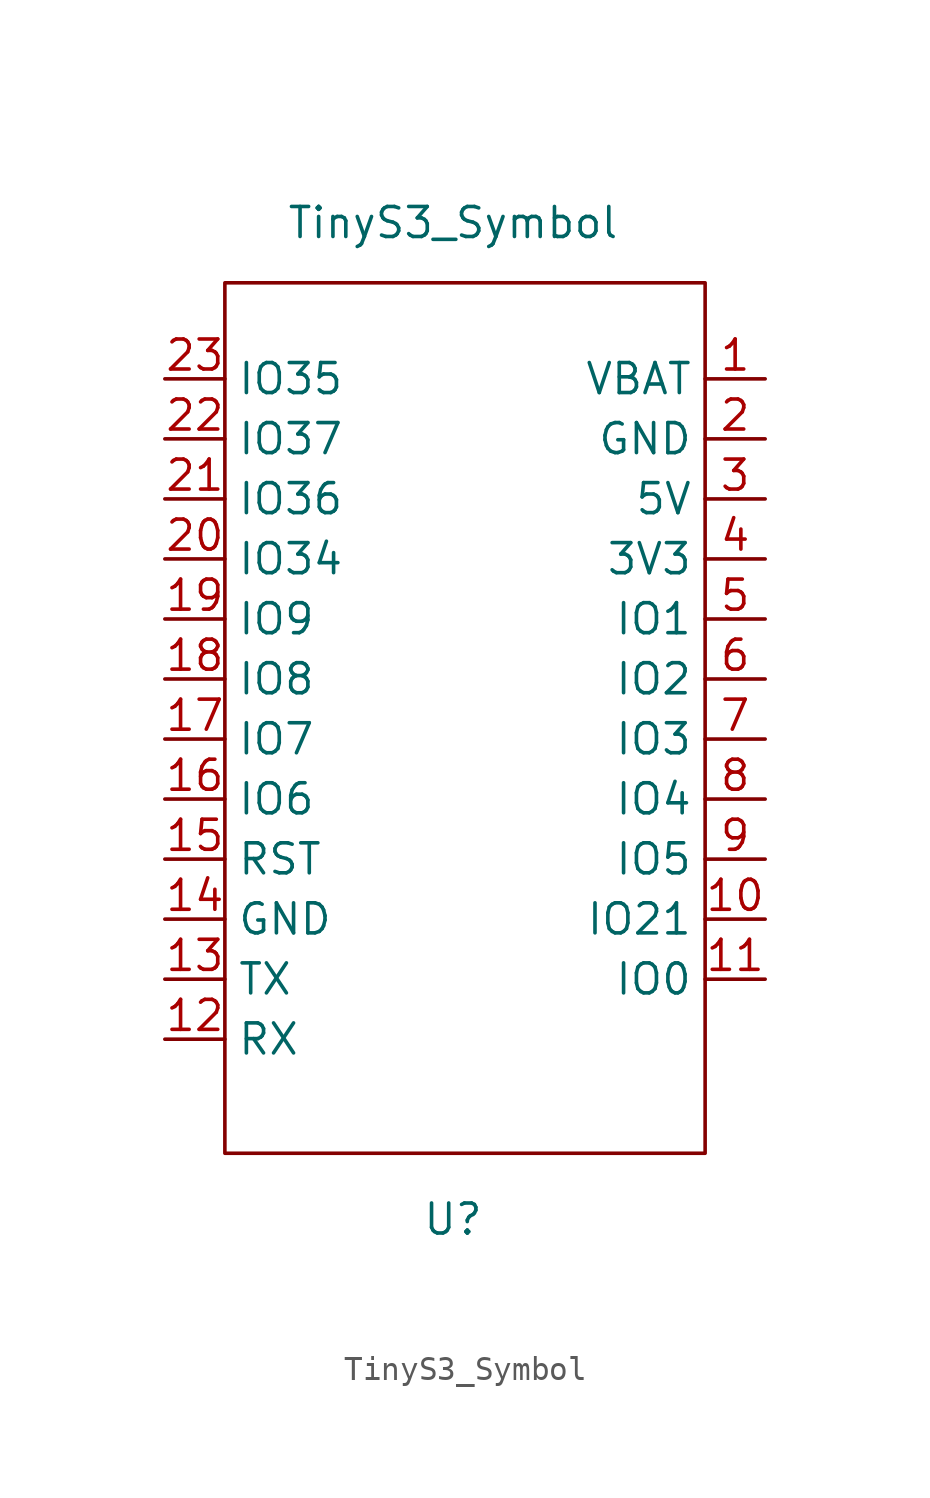
<source format=kicad_sym>
(kicad_symbol_lib
  (version 20220914)
  (generator kicad_symbol_editor)
  (symbol "TinyS3_Symbol"
    (property "Reference" "U"
      (at -0.508 -20.32 0)
      (effects (font (size 1.27 1.27))))
    (property "Value" "TinyS3_Symbol"
      (at -0.508 21.844 0)
      (effects (font (size 1.27 1.27))))
    (symbol "TinyS3_Symbol_0_1"
      (rectangle (start -10.16 19.304) (end 10.16 -17.526) (stroke (width 0.152) (type default)) (fill (type none))))
    (symbol "TinyS3_Symbol_1_1"
      (pin power_in line (at 12.7 15.24 180) (length 2.54) (name "VBAT" (effects (font (size 1.27 1.27)))) (number "1" (effects (font (size 1.27 1.27)))))
      (pin bidirectional line (at 12.7 -7.62 180) (length 2.54) (name "IO21" (effects (font (size 1.27 1.27)))) (number "10" (effects (font (size 1.27 1.27)))))
      (pin bidirectional line (at 12.7 -10.16 180) (length 2.54) (name "IO0" (effects (font (size 1.27 1.27)))) (number "11" (effects (font (size 1.27 1.27)))))
      (pin bidirectional line (at -12.7 -12.7 0) (length 2.54) (name "RX" (effects (font (size 1.27 1.27)))) (number "12" (effects (font (size 1.27 1.27)))))
      (pin bidirectional line (at -12.7 -10.16 0) (length 2.54) (name "TX" (effects (font (size 1.27 1.27)))) (number "13" (effects (font (size 1.27 1.27)))))
      (pin power_in line (at -12.7 -7.62 0) (length 2.54) (name "GND" (effects (font (size 1.27 1.27)))) (number "14" (effects (font (size 1.27 1.27)))))
      (pin input line (at -12.7 -5.08 0) (length 2.54) (name "RST" (effects (font (size 1.27 1.27)))) (number "15" (effects (font (size 1.27 1.27)))))
      (pin bidirectional line (at -12.7 -2.54 0) (length 2.54) (name "IO6" (effects (font (size 1.27 1.27)))) (number "16" (effects (font (size 1.27 1.27)))))
      (pin bidirectional line (at -12.7 0 0) (length 2.54) (name "IO7" (effects (font (size 1.27 1.27)))) (number "17" (effects (font (size 1.27 1.27)))))
      (pin bidirectional line (at -12.7 2.54 0) (length 2.54) (name "IO8" (effects (font (size 1.27 1.27)))) (number "18" (effects (font (size 1.27 1.27)))))
      (pin bidirectional line (at -12.7 5.08 0) (length 2.54) (name "IO9" (effects (font (size 1.27 1.27)))) (number "19" (effects (font (size 1.27 1.27)))))
      (pin power_in line (at 12.7 12.7 180) (length 2.54) (name "GND" (effects (font (size 1.27 1.27)))) (number "2" (effects (font (size 1.27 1.27)))))
      (pin bidirectional line (at -12.7 7.62 0) (length 2.54) (name "IO34" (effects (font (size 1.27 1.27)))) (number "20" (effects (font (size 1.27 1.27)))))
      (pin bidirectional line (at -12.7 10.16 0) (length 2.54) (name "IO36" (effects (font (size 1.27 1.27)))) (number "21" (effects (font (size 1.27 1.27)))))
      (pin bidirectional line (at -12.7 12.7 0) (length 2.54) (name "IO37" (effects (font (size 1.27 1.27)))) (number "22" (effects (font (size 1.27 1.27)))))
      (pin bidirectional line (at -12.7 15.24 0) (length 2.54) (name "IO35" (effects (font (size 1.27 1.27)))) (number "23" (effects (font (size 1.27 1.27)))))
      (pin power_in line (at 12.7 10.16 180) (length 2.54) (name "5V" (effects (font (size 1.27 1.27)))) (number "3" (effects (font (size 1.27 1.27)))))
      (pin power_in line (at 12.7 7.62 180) (length 2.54) (name "3V3" (effects (font (size 1.27 1.27)))) (number "4" (effects (font (size 1.27 1.27)))))
      (pin bidirectional line (at 12.7 5.08 180) (length 2.54) (name "IO1" (effects (font (size 1.27 1.27)))) (number "5" (effects (font (size 1.27 1.27)))))
      (pin bidirectional line (at 12.7 2.54 180) (length 2.54) (name "IO2" (effects (font (size 1.27 1.27)))) (number "6" (effects (font (size 1.27 1.27)))))
      (pin bidirectional line (at 12.7 0 180) (length 2.54) (name "IO3" (effects (font (size 1.27 1.27)))) (number "7" (effects (font (size 1.27 1.27)))))
      (pin bidirectional line (at 12.7 -2.54 180) (length 2.54) (name "IO4" (effects (font (size 1.27 1.27)))) (number "8" (effects (font (size 1.27 1.27)))))
      (pin bidirectional line (at 12.7 -5.08 180) (length 2.54) (name "IO5" (effects (font (size 1.27 1.27)))) (number "9" (effects (font (size 1.27 1.27))))))))
</source>
